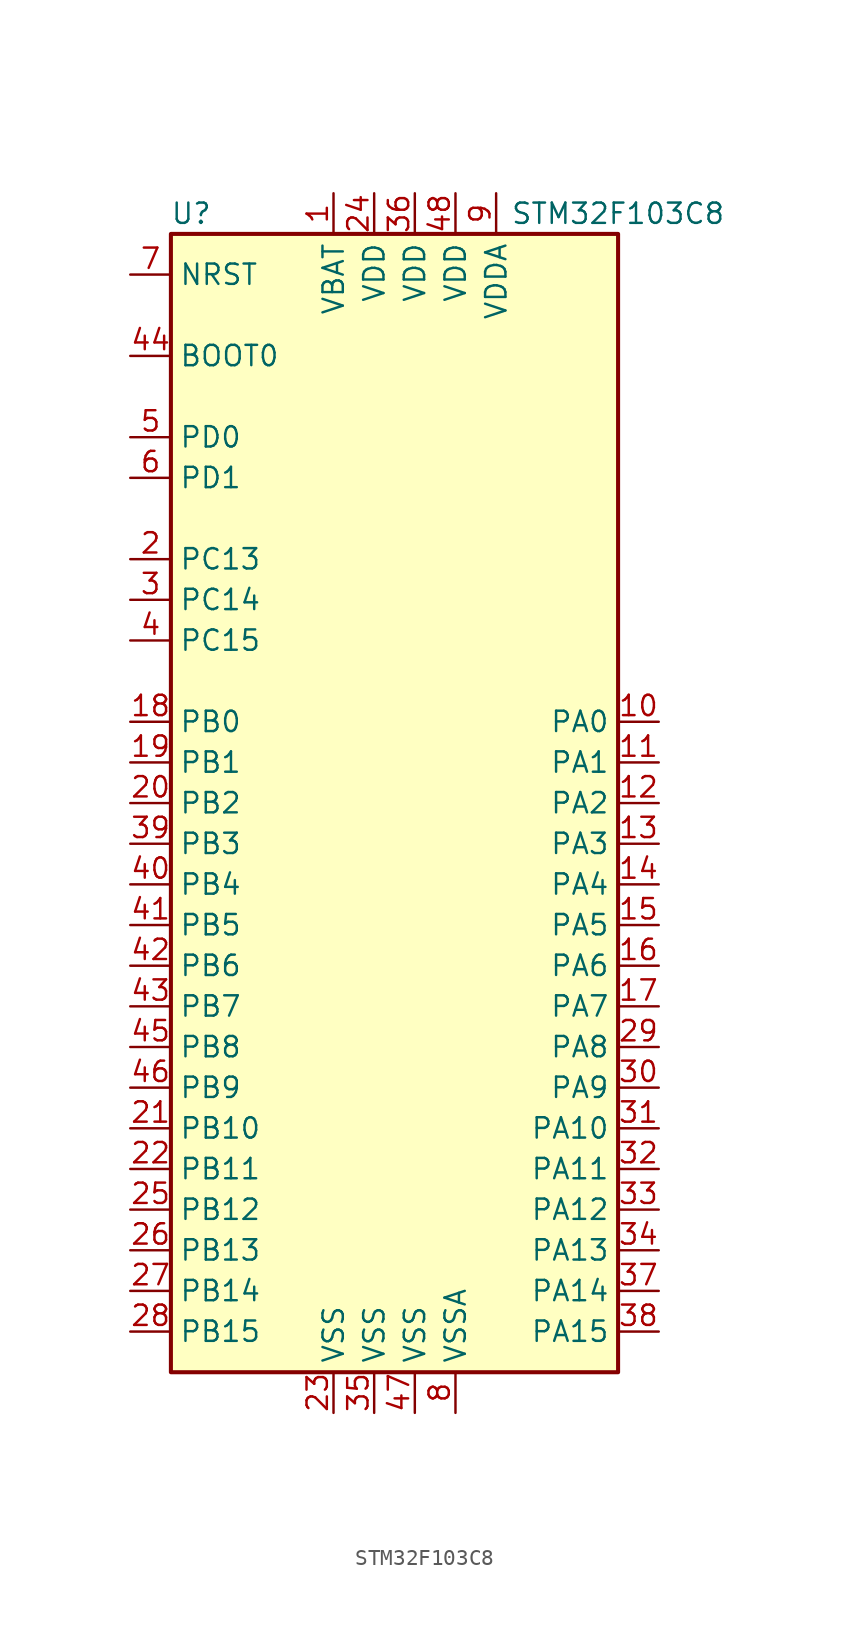
<source format=kicad_sym>
(kicad_symbol_lib
  (version 20200126)
  (host kicad_symbol_editor "(5.99.0-2251-g5226d6b4d)")
  (symbol "STM32F103C8:STM32F103C8"
    (property "Reference" "U"
      (at -13.97 36.83 0)
      (effects (font (size 1.27 1.27))))
    (property "Value" "STM32F103C8"
      (at 12.7 36.83 0)
      (effects (font (size 1.27 1.27))))
    (symbol "STM32F103C8_0_1"
      (rectangle (start -15.24 -35.56) (end 12.7 35.56) (stroke (width 0.254)) (fill (type background))))
    (symbol "STM32F103C8_1_1"
      (pin power_in line (at -5.08 38.1 270) (length 2.54) (name "VBAT" (effects (font (size 1.27 1.27)))) (number "1" (effects (font (size 1.27 1.27)))))
      (pin bidirectional line (at 15.24 5.08 180) (length 2.54) (name "PA0" (effects (font (size 1.27 1.27)))) (number "10" (effects (font (size 1.27 1.27)))))
      (pin bidirectional line (at 15.24 2.54 180) (length 2.54) (name "PA1" (effects (font (size 1.27 1.27)))) (number "11" (effects (font (size 1.27 1.27)))))
      (pin bidirectional line (at 15.24 0 180) (length 2.54) (name "PA2" (effects (font (size 1.27 1.27)))) (number "12" (effects (font (size 1.27 1.27)))))
      (pin bidirectional line (at 15.24 -2.54 180) (length 2.54) (name "PA3" (effects (font (size 1.27 1.27)))) (number "13" (effects (font (size 1.27 1.27)))))
      (pin bidirectional line (at 15.24 -5.08 180) (length 2.54) (name "PA4" (effects (font (size 1.27 1.27)))) (number "14" (effects (font (size 1.27 1.27)))))
      (pin bidirectional line (at 15.24 -7.62 180) (length 2.54) (name "PA5" (effects (font (size 1.27 1.27)))) (number "15" (effects (font (size 1.27 1.27)))))
      (pin bidirectional line (at 15.24 -10.16 180) (length 2.54) (name "PA6" (effects (font (size 1.27 1.27)))) (number "16" (effects (font (size 1.27 1.27)))))
      (pin bidirectional line (at 15.24 -12.7 180) (length 2.54) (name "PA7" (effects (font (size 1.27 1.27)))) (number "17" (effects (font (size 1.27 1.27)))))
      (pin bidirectional line (at -17.78 5.08 0) (length 2.54) (name "PB0" (effects (font (size 1.27 1.27)))) (number "18" (effects (font (size 1.27 1.27)))))
      (pin bidirectional line (at -17.78 2.54 0) (length 2.54) (name "PB1" (effects (font (size 1.27 1.27)))) (number "19" (effects (font (size 1.27 1.27)))))
      (pin bidirectional line (at -17.78 15.24 0) (length 2.54) (name "PC13" (effects (font (size 1.27 1.27)))) (number "2" (effects (font (size 1.27 1.27)))))
      (pin bidirectional line (at -17.78 0 0) (length 2.54) (name "PB2" (effects (font (size 1.27 1.27)))) (number "20" (effects (font (size 1.27 1.27)))))
      (pin bidirectional line (at -17.78 -20.32 0) (length 2.54) (name "PB10" (effects (font (size 1.27 1.27)))) (number "21" (effects (font (size 1.27 1.27)))))
      (pin bidirectional line (at -17.78 -22.86 0) (length 2.54) (name "PB11" (effects (font (size 1.27 1.27)))) (number "22" (effects (font (size 1.27 1.27)))))
      (pin power_in line (at -5.08 -38.1 90) (length 2.54) (name "VSS" (effects (font (size 1.27 1.27)))) (number "23" (effects (font (size 1.27 1.27)))))
      (pin power_in line (at -2.54 38.1 270) (length 2.54) (name "VDD" (effects (font (size 1.27 1.27)))) (number "24" (effects (font (size 1.27 1.27)))))
      (pin bidirectional line (at -17.78 -25.4 0) (length 2.54) (name "PB12" (effects (font (size 1.27 1.27)))) (number "25" (effects (font (size 1.27 1.27)))))
      (pin bidirectional line (at -17.78 -27.94 0) (length 2.54) (name "PB13" (effects (font (size 1.27 1.27)))) (number "26" (effects (font (size 1.27 1.27)))))
      (pin bidirectional line (at -17.78 -30.48 0) (length 2.54) (name "PB14" (effects (font (size 1.27 1.27)))) (number "27" (effects (font (size 1.27 1.27)))))
      (pin bidirectional line (at -17.78 -33.02 0) (length 2.54) (name "PB15" (effects (font (size 1.27 1.27)))) (number "28" (effects (font (size 1.27 1.27)))))
      (pin bidirectional line (at 15.24 -15.24 180) (length 2.54) (name "PA8" (effects (font (size 1.27 1.27)))) (number "29" (effects (font (size 1.27 1.27)))))
      (pin bidirectional line (at -17.78 12.7 0) (length 2.54) (name "PC14" (effects (font (size 1.27 1.27)))) (number "3" (effects (font (size 1.27 1.27)))))
      (pin bidirectional line (at 15.24 -17.78 180) (length 2.54) (name "PA9" (effects (font (size 1.27 1.27)))) (number "30" (effects (font (size 1.27 1.27)))))
      (pin bidirectional line (at 15.24 -20.32 180) (length 2.54) (name "PA10" (effects (font (size 1.27 1.27)))) (number "31" (effects (font (size 1.27 1.27)))))
      (pin bidirectional line (at 15.24 -22.86 180) (length 2.54) (name "PA11" (effects (font (size 1.27 1.27)))) (number "32" (effects (font (size 1.27 1.27)))))
      (pin bidirectional line (at 15.24 -25.4 180) (length 2.54) (name "PA12" (effects (font (size 1.27 1.27)))) (number "33" (effects (font (size 1.27 1.27)))))
      (pin bidirectional line (at 15.24 -27.94 180) (length 2.54) (name "PA13" (effects (font (size 1.27 1.27)))) (number "34" (effects (font (size 1.27 1.27)))))
      (pin power_in line (at -2.54 -38.1 90) (length 2.54) (name "VSS" (effects (font (size 1.27 1.27)))) (number "35" (effects (font (size 1.27 1.27)))))
      (pin power_in line (at 0 38.1 270) (length 2.54) (name "VDD" (effects (font (size 1.27 1.27)))) (number "36" (effects (font (size 1.27 1.27)))))
      (pin bidirectional line (at 15.24 -30.48 180) (length 2.54) (name "PA14" (effects (font (size 1.27 1.27)))) (number "37" (effects (font (size 1.27 1.27)))))
      (pin bidirectional line (at 15.24 -33.02 180) (length 2.54) (name "PA15" (effects (font (size 1.27 1.27)))) (number "38" (effects (font (size 1.27 1.27)))))
      (pin bidirectional line (at -17.78 -2.54 0) (length 2.54) (name "PB3" (effects (font (size 1.27 1.27)))) (number "39" (effects (font (size 1.27 1.27)))))
      (pin bidirectional line (at -17.78 10.16 0) (length 2.54) (name "PC15" (effects (font (size 1.27 1.27)))) (number "4" (effects (font (size 1.27 1.27)))))
      (pin bidirectional line (at -17.78 -5.08 0) (length 2.54) (name "PB4" (effects (font (size 1.27 1.27)))) (number "40" (effects (font (size 1.27 1.27)))))
      (pin bidirectional line (at -17.78 -7.62 0) (length 2.54) (name "PB5" (effects (font (size 1.27 1.27)))) (number "41" (effects (font (size 1.27 1.27)))))
      (pin bidirectional line (at -17.78 -10.16 0) (length 2.54) (name "PB6" (effects (font (size 1.27 1.27)))) (number "42" (effects (font (size 1.27 1.27)))))
      (pin bidirectional line (at -17.78 -12.7 0) (length 2.54) (name "PB7" (effects (font (size 1.27 1.27)))) (number "43" (effects (font (size 1.27 1.27)))))
      (pin input line (at -17.78 27.94 0) (length 2.54) (name "BOOT0" (effects (font (size 1.27 1.27)))) (number "44" (effects (font (size 1.27 1.27)))))
      (pin bidirectional line (at -17.78 -15.24 0) (length 2.54) (name "PB8" (effects (font (size 1.27 1.27)))) (number "45" (effects (font (size 1.27 1.27)))))
      (pin bidirectional line (at -17.78 -17.78 0) (length 2.54) (name "PB9" (effects (font (size 1.27 1.27)))) (number "46" (effects (font (size 1.27 1.27)))))
      (pin power_in line (at 0 -38.1 90) (length 2.54) (name "VSS" (effects (font (size 1.27 1.27)))) (number "47" (effects (font (size 1.27 1.27)))))
      (pin power_in line (at 2.54 38.1 270) (length 2.54) (name "VDD" (effects (font (size 1.27 1.27)))) (number "48" (effects (font (size 1.27 1.27)))))
      (pin input line (at -17.78 22.86 0) (length 2.54) (name "PD0" (effects (font (size 1.27 1.27)))) (number "5" (effects (font (size 1.27 1.27)))))
      (pin input line (at -17.78 20.32 0) (length 2.54) (name "PD1" (effects (font (size 1.27 1.27)))) (number "6" (effects (font (size 1.27 1.27)))))
      (pin input line (at -17.78 33.02 0) (length 2.54) (name "NRST" (effects (font (size 1.27 1.27)))) (number "7" (effects (font (size 1.27 1.27)))))
      (pin power_in line (at 2.54 -38.1 90) (length 2.54) (name "VSSA" (effects (font (size 1.27 1.27)))) (number "8" (effects (font (size 1.27 1.27)))))
      (pin power_in line (at 5.08 38.1 270) (length 2.54) (name "VDDA" (effects (font (size 1.27 1.27)))) (number "9" (effects (font (size 1.27 1.27))))))))
</source>
